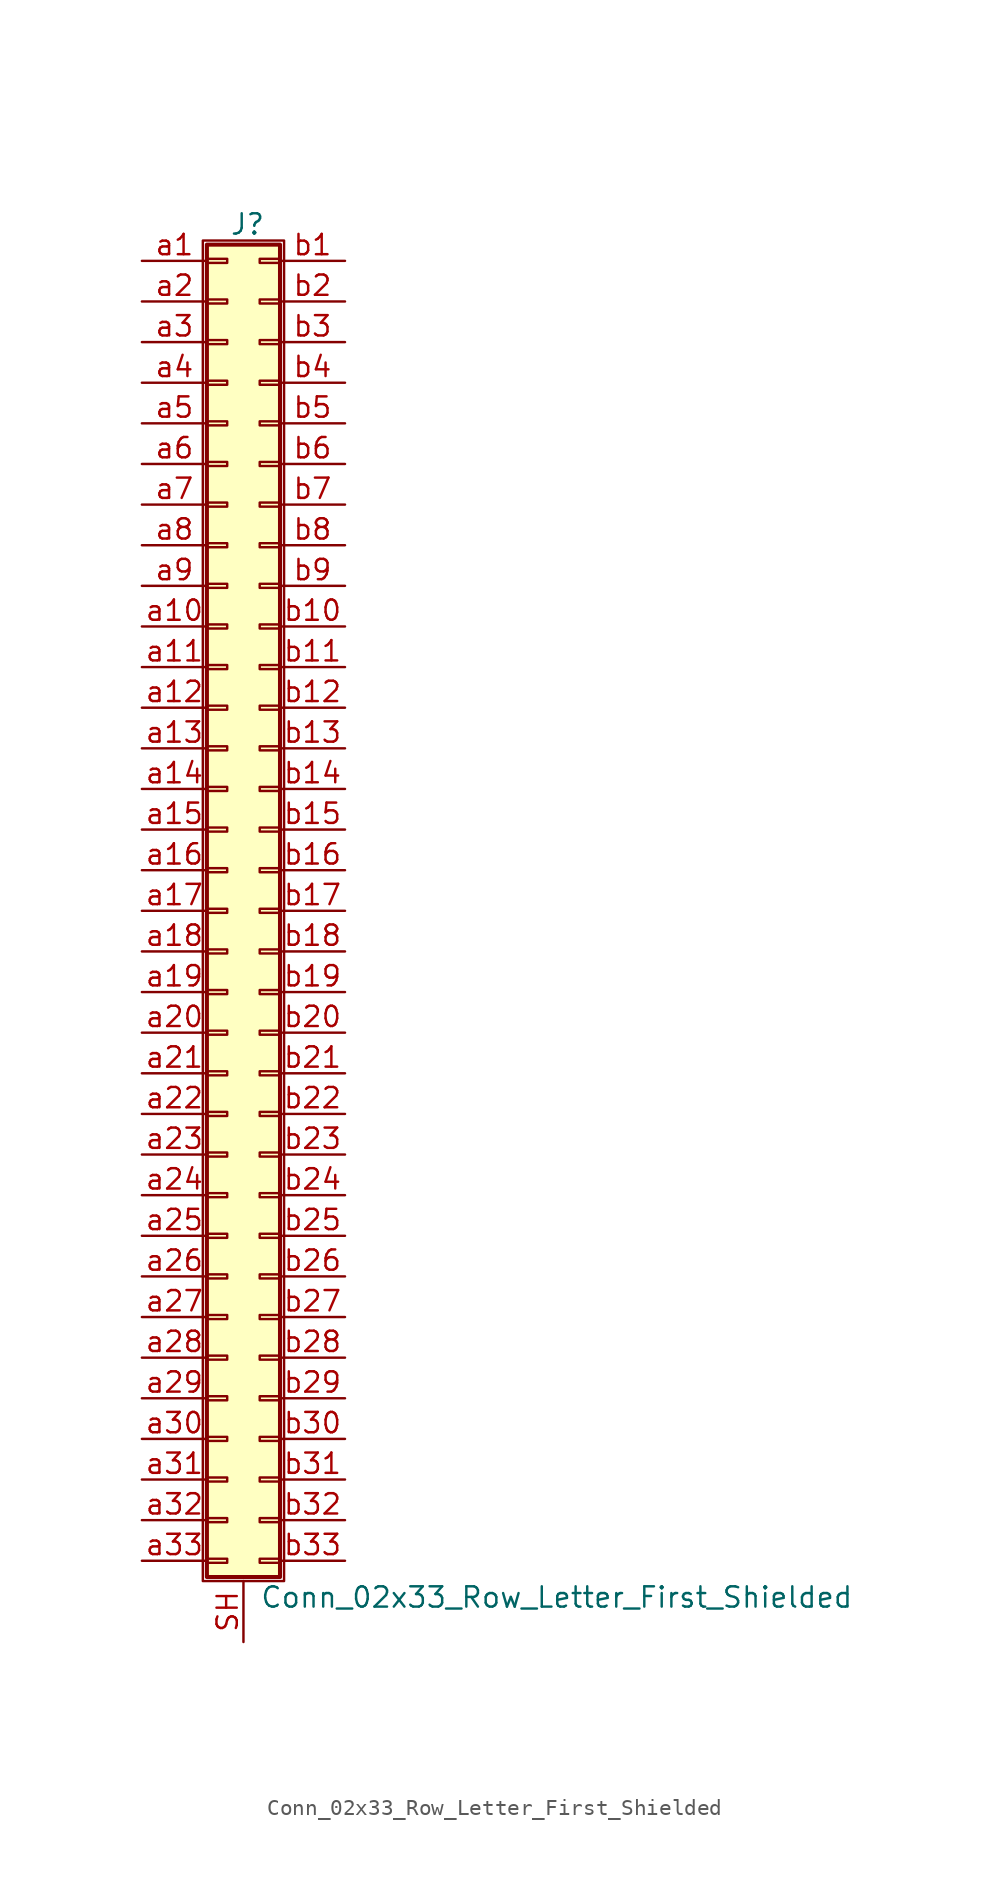
<source format=kicad_sym>
(kicad_symbol_lib
  (version 20220914)
  (generator kicad_symbol_editor)
  (symbol "Conn_02x33_Row_Letter_First_Shielded"
    (pin_names
      (offset 1.016) hide)
    (property "Reference" "J"
      (at 1.524 42.926 0)
      (effects (font (size 1.27 1.27))))
    (property "Value" "Conn_02x33_Row_Letter_First_Shielded"
      (at 2.286 -42.926 0)
      (effects (font (size 1.27 1.27)) (justify left)))
    (symbol "Conn_02x33_Row_Letter_First_Shielded_1_1"
      (rectangle (start -1.27 41.91) (end 3.81 -41.91) (stroke (width 0.152) (type default)) (fill (type none)))
      (rectangle (start -1.016 -40.513) (end 0.254 -40.767) (stroke (width 0.152) (type default)) (fill (type none)))
      (rectangle (start -1.016 -37.973) (end 0.254 -38.227) (stroke (width 0.152) (type default)) (fill (type none)))
      (rectangle (start -1.016 -35.433) (end 0.254 -35.687) (stroke (width 0.152) (type default)) (fill (type none)))
      (rectangle (start -1.016 -32.893) (end 0.254 -33.147) (stroke (width 0.152) (type default)) (fill (type none)))
      (rectangle (start -1.016 -30.353) (end 0.254 -30.607) (stroke (width 0.152) (type default)) (fill (type none)))
      (rectangle (start -1.016 -27.813) (end 0.254 -28.067) (stroke (width 0.152) (type default)) (fill (type none)))
      (rectangle (start -1.016 -25.273) (end 0.254 -25.527) (stroke (width 0.152) (type default)) (fill (type none)))
      (rectangle (start -1.016 -22.733) (end 0.254 -22.987) (stroke (width 0.152) (type default)) (fill (type none)))
      (rectangle (start -1.016 -20.193) (end 0.254 -20.447) (stroke (width 0.152) (type default)) (fill (type none)))
      (rectangle (start -1.016 -17.653) (end 0.254 -17.907) (stroke (width 0.152) (type default)) (fill (type none)))
      (rectangle (start -1.016 -15.113) (end 0.254 -15.367) (stroke (width 0.152) (type default)) (fill (type none)))
      (rectangle (start -1.016 -12.573) (end 0.254 -12.827) (stroke (width 0.152) (type default)) (fill (type none)))
      (rectangle (start -1.016 -10.033) (end 0.254 -10.287) (stroke (width 0.152) (type default)) (fill (type none)))
      (rectangle (start -1.016 -7.493) (end 0.254 -7.747) (stroke (width 0.152) (type default)) (fill (type none)))
      (rectangle (start -1.016 -4.953) (end 0.254 -5.207) (stroke (width 0.152) (type default)) (fill (type none)))
      (rectangle (start -1.016 -2.413) (end 0.254 -2.667) (stroke (width 0.152) (type default)) (fill (type none)))
      (rectangle (start -1.016 0.127) (end 0.254 -0.127) (stroke (width 0.152) (type default)) (fill (type none)))
      (rectangle (start -1.016 2.667) (end 0.254 2.413) (stroke (width 0.152) (type default)) (fill (type none)))
      (rectangle (start -1.016 5.207) (end 0.254 4.953) (stroke (width 0.152) (type default)) (fill (type none)))
      (rectangle (start -1.016 7.747) (end 0.254 7.493) (stroke (width 0.152) (type default)) (fill (type none)))
      (rectangle (start -1.016 10.287) (end 0.254 10.033) (stroke (width 0.152) (type default)) (fill (type none)))
      (rectangle (start -1.016 12.827) (end 0.254 12.573) (stroke (width 0.152) (type default)) (fill (type none)))
      (rectangle (start -1.016 15.367) (end 0.254 15.113) (stroke (width 0.152) (type default)) (fill (type none)))
      (rectangle (start -1.016 17.907) (end 0.254 17.653) (stroke (width 0.152) (type default)) (fill (type none)))
      (rectangle (start -1.016 20.447) (end 0.254 20.193) (stroke (width 0.152) (type default)) (fill (type none)))
      (rectangle (start -1.016 22.987) (end 0.254 22.733) (stroke (width 0.152) (type default)) (fill (type none)))
      (rectangle (start -1.016 25.527) (end 0.254 25.273) (stroke (width 0.152) (type default)) (fill (type none)))
      (rectangle (start -1.016 28.067) (end 0.254 27.813) (stroke (width 0.152) (type default)) (fill (type none)))
      (rectangle (start -1.016 30.607) (end 0.254 30.353) (stroke (width 0.152) (type default)) (fill (type none)))
      (rectangle (start -1.016 33.147) (end 0.254 32.893) (stroke (width 0.152) (type default)) (fill (type none)))
      (rectangle (start -1.016 35.687) (end 0.254 35.433) (stroke (width 0.152) (type default)) (fill (type none)))
      (rectangle (start -1.016 38.227) (end 0.254 37.973) (stroke (width 0.152) (type default)) (fill (type none)))
      (rectangle (start -1.016 40.767) (end 0.254 40.513) (stroke (width 0.152) (type default)) (fill (type none)))
      (rectangle (start -1.016 41.656) (end 3.556 -41.656) (stroke (width 0.254) (type default)) (fill (type background)))
      (rectangle (start 3.556 -40.513) (end 2.286 -40.767) (stroke (width 0.152) (type default)) (fill (type none)))
      (rectangle (start 3.556 -37.973) (end 2.286 -38.227) (stroke (width 0.152) (type default)) (fill (type none)))
      (rectangle (start 3.556 -35.433) (end 2.286 -35.687) (stroke (width 0.152) (type default)) (fill (type none)))
      (rectangle (start 3.556 -32.893) (end 2.286 -33.147) (stroke (width 0.152) (type default)) (fill (type none)))
      (rectangle (start 3.556 -30.353) (end 2.286 -30.607) (stroke (width 0.152) (type default)) (fill (type none)))
      (rectangle (start 3.556 -27.813) (end 2.286 -28.067) (stroke (width 0.152) (type default)) (fill (type none)))
      (rectangle (start 3.556 -25.273) (end 2.286 -25.527) (stroke (width 0.152) (type default)) (fill (type none)))
      (rectangle (start 3.556 -22.733) (end 2.286 -22.987) (stroke (width 0.152) (type default)) (fill (type none)))
      (rectangle (start 3.556 -20.193) (end 2.286 -20.447) (stroke (width 0.152) (type default)) (fill (type none)))
      (rectangle (start 3.556 -17.653) (end 2.286 -17.907) (stroke (width 0.152) (type default)) (fill (type none)))
      (rectangle (start 3.556 -15.113) (end 2.286 -15.367) (stroke (width 0.152) (type default)) (fill (type none)))
      (rectangle (start 3.556 -12.573) (end 2.286 -12.827) (stroke (width 0.152) (type default)) (fill (type none)))
      (rectangle (start 3.556 -10.033) (end 2.286 -10.287) (stroke (width 0.152) (type default)) (fill (type none)))
      (rectangle (start 3.556 -7.493) (end 2.286 -7.747) (stroke (width 0.152) (type default)) (fill (type none)))
      (rectangle (start 3.556 -4.953) (end 2.286 -5.207) (stroke (width 0.152) (type default)) (fill (type none)))
      (rectangle (start 3.556 -2.413) (end 2.286 -2.667) (stroke (width 0.152) (type default)) (fill (type none)))
      (rectangle (start 3.556 0.127) (end 2.286 -0.127) (stroke (width 0.152) (type default)) (fill (type none)))
      (rectangle (start 3.556 2.667) (end 2.286 2.413) (stroke (width 0.152) (type default)) (fill (type none)))
      (rectangle (start 3.556 5.207) (end 2.286 4.953) (stroke (width 0.152) (type default)) (fill (type none)))
      (rectangle (start 3.556 7.747) (end 2.286 7.493) (stroke (width 0.152) (type default)) (fill (type none)))
      (rectangle (start 3.556 10.287) (end 2.286 10.033) (stroke (width 0.152) (type default)) (fill (type none)))
      (rectangle (start 3.556 12.827) (end 2.286 12.573) (stroke (width 0.152) (type default)) (fill (type none)))
      (rectangle (start 3.556 15.367) (end 2.286 15.113) (stroke (width 0.152) (type default)) (fill (type none)))
      (rectangle (start 3.556 17.907) (end 2.286 17.653) (stroke (width 0.152) (type default)) (fill (type none)))
      (rectangle (start 3.556 20.447) (end 2.286 20.193) (stroke (width 0.152) (type default)) (fill (type none)))
      (rectangle (start 3.556 22.987) (end 2.286 22.733) (stroke (width 0.152) (type default)) (fill (type none)))
      (rectangle (start 3.556 25.527) (end 2.286 25.273) (stroke (width 0.152) (type default)) (fill (type none)))
      (rectangle (start 3.556 28.067) (end 2.286 27.813) (stroke (width 0.152) (type default)) (fill (type none)))
      (rectangle (start 3.556 30.607) (end 2.286 30.353) (stroke (width 0.152) (type default)) (fill (type none)))
      (rectangle (start 3.556 33.147) (end 2.286 32.893) (stroke (width 0.152) (type default)) (fill (type none)))
      (rectangle (start 3.556 35.687) (end 2.286 35.433) (stroke (width 0.152) (type default)) (fill (type none)))
      (rectangle (start 3.556 38.227) (end 2.286 37.973) (stroke (width 0.152) (type default)) (fill (type none)))
      (rectangle (start 3.556 40.767) (end 2.286 40.513) (stroke (width 0.152) (type default)) (fill (type none)))
      (pin passive line (at 1.27 -45.72 90) (length 3.81) (name "Shield" (effects (font (size 1.27 1.27)))) (number "SH" (effects (font (size 1.27 1.27)))))
      (pin passive line (at -5.08 40.64 0) (length 4.064) (name "Pin_a1" (effects (font (size 1.27 1.27)))) (number "a1" (effects (font (size 1.27 1.27)))))
      (pin passive line (at -5.08 17.78 0) (length 4.064) (name "Pin_a10" (effects (font (size 1.27 1.27)))) (number "a10" (effects (font (size 1.27 1.27)))))
      (pin passive line (at -5.08 15.24 0) (length 4.064) (name "Pin_a11" (effects (font (size 1.27 1.27)))) (number "a11" (effects (font (size 1.27 1.27)))))
      (pin passive line (at -5.08 12.7 0) (length 4.064) (name "Pin_a12" (effects (font (size 1.27 1.27)))) (number "a12" (effects (font (size 1.27 1.27)))))
      (pin passive line (at -5.08 10.16 0) (length 4.064) (name "Pin_a13" (effects (font (size 1.27 1.27)))) (number "a13" (effects (font (size 1.27 1.27)))))
      (pin passive line (at -5.08 7.62 0) (length 4.064) (name "Pin_a14" (effects (font (size 1.27 1.27)))) (number "a14" (effects (font (size 1.27 1.27)))))
      (pin passive line (at -5.08 5.08 0) (length 4.064) (name "Pin_a15" (effects (font (size 1.27 1.27)))) (number "a15" (effects (font (size 1.27 1.27)))))
      (pin passive line (at -5.08 2.54 0) (length 4.064) (name "Pin_a16" (effects (font (size 1.27 1.27)))) (number "a16" (effects (font (size 1.27 1.27)))))
      (pin passive line (at -5.08 0 0) (length 4.064) (name "Pin_a17" (effects (font (size 1.27 1.27)))) (number "a17" (effects (font (size 1.27 1.27)))))
      (pin passive line (at -5.08 -2.54 0) (length 4.064) (name "Pin_a18" (effects (font (size 1.27 1.27)))) (number "a18" (effects (font (size 1.27 1.27)))))
      (pin passive line (at -5.08 -5.08 0) (length 4.064) (name "Pin_a19" (effects (font (size 1.27 1.27)))) (number "a19" (effects (font (size 1.27 1.27)))))
      (pin passive line (at -5.08 38.1 0) (length 4.064) (name "Pin_a2" (effects (font (size 1.27 1.27)))) (number "a2" (effects (font (size 1.27 1.27)))))
      (pin passive line (at -5.08 -7.62 0) (length 4.064) (name "Pin_a20" (effects (font (size 1.27 1.27)))) (number "a20" (effects (font (size 1.27 1.27)))))
      (pin passive line (at -5.08 -10.16 0) (length 4.064) (name "Pin_a21" (effects (font (size 1.27 1.27)))) (number "a21" (effects (font (size 1.27 1.27)))))
      (pin passive line (at -5.08 -12.7 0) (length 4.064) (name "Pin_a22" (effects (font (size 1.27 1.27)))) (number "a22" (effects (font (size 1.27 1.27)))))
      (pin passive line (at -5.08 -15.24 0) (length 4.064) (name "Pin_a23" (effects (font (size 1.27 1.27)))) (number "a23" (effects (font (size 1.27 1.27)))))
      (pin passive line (at -5.08 -17.78 0) (length 4.064) (name "Pin_a24" (effects (font (size 1.27 1.27)))) (number "a24" (effects (font (size 1.27 1.27)))))
      (pin passive line (at -5.08 -20.32 0) (length 4.064) (name "Pin_a25" (effects (font (size 1.27 1.27)))) (number "a25" (effects (font (size 1.27 1.27)))))
      (pin passive line (at -5.08 -22.86 0) (length 4.064) (name "Pin_a26" (effects (font (size 1.27 1.27)))) (number "a26" (effects (font (size 1.27 1.27)))))
      (pin passive line (at -5.08 -25.4 0) (length 4.064) (name "Pin_a27" (effects (font (size 1.27 1.27)))) (number "a27" (effects (font (size 1.27 1.27)))))
      (pin passive line (at -5.08 -27.94 0) (length 4.064) (name "Pin_a28" (effects (font (size 1.27 1.27)))) (number "a28" (effects (font (size 1.27 1.27)))))
      (pin passive line (at -5.08 -30.48 0) (length 4.064) (name "Pin_a29" (effects (font (size 1.27 1.27)))) (number "a29" (effects (font (size 1.27 1.27)))))
      (pin passive line (at -5.08 35.56 0) (length 4.064) (name "Pin_a3" (effects (font (size 1.27 1.27)))) (number "a3" (effects (font (size 1.27 1.27)))))
      (pin passive line (at -5.08 -33.02 0) (length 4.064) (name "Pin_a30" (effects (font (size 1.27 1.27)))) (number "a30" (effects (font (size 1.27 1.27)))))
      (pin passive line (at -5.08 -35.56 0) (length 4.064) (name "Pin_a31" (effects (font (size 1.27 1.27)))) (number "a31" (effects (font (size 1.27 1.27)))))
      (pin passive line (at -5.08 -38.1 0) (length 4.064) (name "Pin_a32" (effects (font (size 1.27 1.27)))) (number "a32" (effects (font (size 1.27 1.27)))))
      (pin passive line (at -5.08 -40.64 0) (length 4.064) (name "Pin_a33" (effects (font (size 1.27 1.27)))) (number "a33" (effects (font (size 1.27 1.27)))))
      (pin passive line (at -5.08 33.02 0) (length 4.064) (name "Pin_a4" (effects (font (size 1.27 1.27)))) (number "a4" (effects (font (size 1.27 1.27)))))
      (pin passive line (at -5.08 30.48 0) (length 4.064) (name "Pin_a5" (effects (font (size 1.27 1.27)))) (number "a5" (effects (font (size 1.27 1.27)))))
      (pin passive line (at -5.08 27.94 0) (length 4.064) (name "Pin_a6" (effects (font (size 1.27 1.27)))) (number "a6" (effects (font (size 1.27 1.27)))))
      (pin passive line (at -5.08 25.4 0) (length 4.064) (name "Pin_a7" (effects (font (size 1.27 1.27)))) (number "a7" (effects (font (size 1.27 1.27)))))
      (pin passive line (at -5.08 22.86 0) (length 4.064) (name "Pin_a8" (effects (font (size 1.27 1.27)))) (number "a8" (effects (font (size 1.27 1.27)))))
      (pin passive line (at -5.08 20.32 0) (length 4.064) (name "Pin_a9" (effects (font (size 1.27 1.27)))) (number "a9" (effects (font (size 1.27 1.27)))))
      (pin passive line (at 7.62 40.64 180) (length 4.064) (name "Pin_b1" (effects (font (size 1.27 1.27)))) (number "b1" (effects (font (size 1.27 1.27)))))
      (pin passive line (at 7.62 17.78 180) (length 4.064) (name "Pin_b10" (effects (font (size 1.27 1.27)))) (number "b10" (effects (font (size 1.27 1.27)))))
      (pin passive line (at 7.62 15.24 180) (length 4.064) (name "Pin_b11" (effects (font (size 1.27 1.27)))) (number "b11" (effects (font (size 1.27 1.27)))))
      (pin passive line (at 7.62 12.7 180) (length 4.064) (name "Pin_b12" (effects (font (size 1.27 1.27)))) (number "b12" (effects (font (size 1.27 1.27)))))
      (pin passive line (at 7.62 10.16 180) (length 4.064) (name "Pin_b13" (effects (font (size 1.27 1.27)))) (number "b13" (effects (font (size 1.27 1.27)))))
      (pin passive line (at 7.62 7.62 180) (length 4.064) (name "Pin_b14" (effects (font (size 1.27 1.27)))) (number "b14" (effects (font (size 1.27 1.27)))))
      (pin passive line (at 7.62 5.08 180) (length 4.064) (name "Pin_b15" (effects (font (size 1.27 1.27)))) (number "b15" (effects (font (size 1.27 1.27)))))
      (pin passive line (at 7.62 2.54 180) (length 4.064) (name "Pin_b16" (effects (font (size 1.27 1.27)))) (number "b16" (effects (font (size 1.27 1.27)))))
      (pin passive line (at 7.62 0 180) (length 4.064) (name "Pin_b17" (effects (font (size 1.27 1.27)))) (number "b17" (effects (font (size 1.27 1.27)))))
      (pin passive line (at 7.62 -2.54 180) (length 4.064) (name "Pin_b18" (effects (font (size 1.27 1.27)))) (number "b18" (effects (font (size 1.27 1.27)))))
      (pin passive line (at 7.62 -5.08 180) (length 4.064) (name "Pin_b19" (effects (font (size 1.27 1.27)))) (number "b19" (effects (font (size 1.27 1.27)))))
      (pin passive line (at 7.62 38.1 180) (length 4.064) (name "Pin_b2" (effects (font (size 1.27 1.27)))) (number "b2" (effects (font (size 1.27 1.27)))))
      (pin passive line (at 7.62 -7.62 180) (length 4.064) (name "Pin_b20" (effects (font (size 1.27 1.27)))) (number "b20" (effects (font (size 1.27 1.27)))))
      (pin passive line (at 7.62 -10.16 180) (length 4.064) (name "Pin_b21" (effects (font (size 1.27 1.27)))) (number "b21" (effects (font (size 1.27 1.27)))))
      (pin passive line (at 7.62 -12.7 180) (length 4.064) (name "Pin_b22" (effects (font (size 1.27 1.27)))) (number "b22" (effects (font (size 1.27 1.27)))))
      (pin passive line (at 7.62 -15.24 180) (length 4.064) (name "Pin_b23" (effects (font (size 1.27 1.27)))) (number "b23" (effects (font (size 1.27 1.27)))))
      (pin passive line (at 7.62 -17.78 180) (length 4.064) (name "Pin_b24" (effects (font (size 1.27 1.27)))) (number "b24" (effects (font (size 1.27 1.27)))))
      (pin passive line (at 7.62 -20.32 180) (length 4.064) (name "Pin_b25" (effects (font (size 1.27 1.27)))) (number "b25" (effects (font (size 1.27 1.27)))))
      (pin passive line (at 7.62 -22.86 180) (length 4.064) (name "Pin_b26" (effects (font (size 1.27 1.27)))) (number "b26" (effects (font (size 1.27 1.27)))))
      (pin passive line (at 7.62 -25.4 180) (length 4.064) (name "Pin_b27" (effects (font (size 1.27 1.27)))) (number "b27" (effects (font (size 1.27 1.27)))))
      (pin passive line (at 7.62 -27.94 180) (length 4.064) (name "Pin_b28" (effects (font (size 1.27 1.27)))) (number "b28" (effects (font (size 1.27 1.27)))))
      (pin passive line (at 7.62 -30.48 180) (length 4.064) (name "Pin_b29" (effects (font (size 1.27 1.27)))) (number "b29" (effects (font (size 1.27 1.27)))))
      (pin passive line (at 7.62 35.56 180) (length 4.064) (name "Pin_b3" (effects (font (size 1.27 1.27)))) (number "b3" (effects (font (size 1.27 1.27)))))
      (pin passive line (at 7.62 -33.02 180) (length 4.064) (name "Pin_b30" (effects (font (size 1.27 1.27)))) (number "b30" (effects (font (size 1.27 1.27)))))
      (pin passive line (at 7.62 -35.56 180) (length 4.064) (name "Pin_b31" (effects (font (size 1.27 1.27)))) (number "b31" (effects (font (size 1.27 1.27)))))
      (pin passive line (at 7.62 -38.1 180) (length 4.064) (name "Pin_b32" (effects (font (size 1.27 1.27)))) (number "b32" (effects (font (size 1.27 1.27)))))
      (pin passive line (at 7.62 -40.64 180) (length 4.064) (name "Pin_b33" (effects (font (size 1.27 1.27)))) (number "b33" (effects (font (size 1.27 1.27)))))
      (pin passive line (at 7.62 33.02 180) (length 4.064) (name "Pin_b4" (effects (font (size 1.27 1.27)))) (number "b4" (effects (font (size 1.27 1.27)))))
      (pin passive line (at 7.62 30.48 180) (length 4.064) (name "Pin_b5" (effects (font (size 1.27 1.27)))) (number "b5" (effects (font (size 1.27 1.27)))))
      (pin passive line (at 7.62 27.94 180) (length 4.064) (name "Pin_b6" (effects (font (size 1.27 1.27)))) (number "b6" (effects (font (size 1.27 1.27)))))
      (pin passive line (at 7.62 25.4 180) (length 4.064) (name "Pin_b7" (effects (font (size 1.27 1.27)))) (number "b7" (effects (font (size 1.27 1.27)))))
      (pin passive line (at 7.62 22.86 180) (length 4.064) (name "Pin_b8" (effects (font (size 1.27 1.27)))) (number "b8" (effects (font (size 1.27 1.27)))))
      (pin passive line (at 7.62 20.32 180) (length 4.064) (name "Pin_b9" (effects (font (size 1.27 1.27)))) (number "b9" (effects (font (size 1.27 1.27))))))))
</source>
